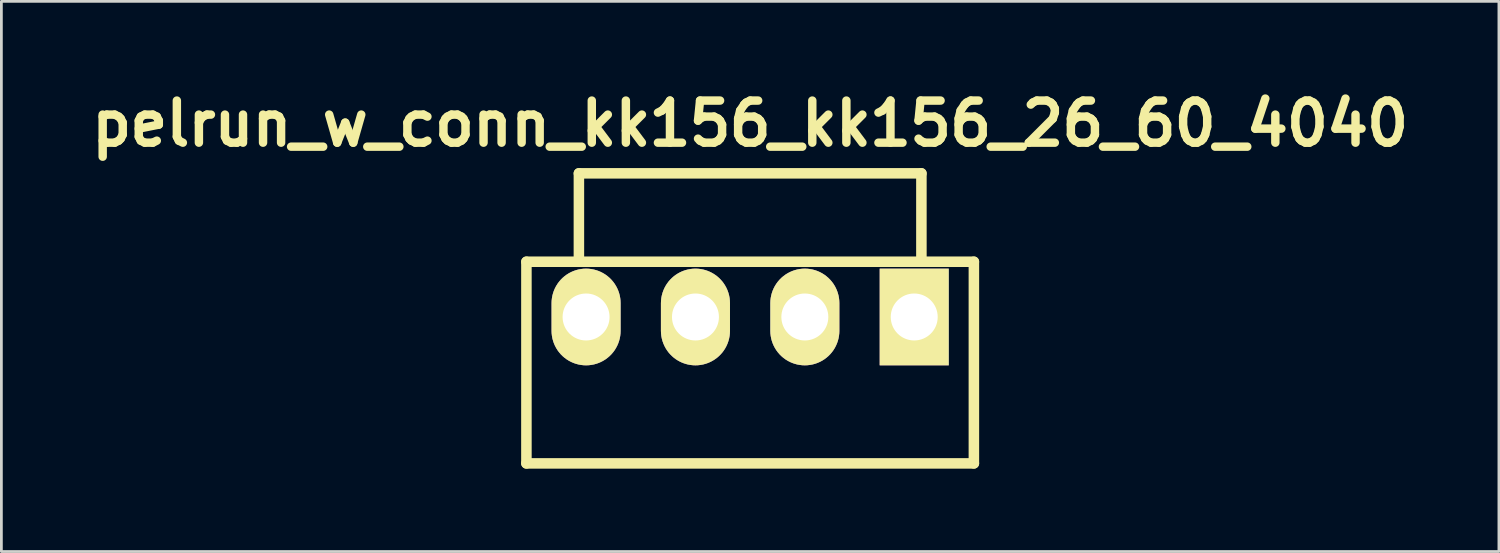
<source format=kicad_pcb>
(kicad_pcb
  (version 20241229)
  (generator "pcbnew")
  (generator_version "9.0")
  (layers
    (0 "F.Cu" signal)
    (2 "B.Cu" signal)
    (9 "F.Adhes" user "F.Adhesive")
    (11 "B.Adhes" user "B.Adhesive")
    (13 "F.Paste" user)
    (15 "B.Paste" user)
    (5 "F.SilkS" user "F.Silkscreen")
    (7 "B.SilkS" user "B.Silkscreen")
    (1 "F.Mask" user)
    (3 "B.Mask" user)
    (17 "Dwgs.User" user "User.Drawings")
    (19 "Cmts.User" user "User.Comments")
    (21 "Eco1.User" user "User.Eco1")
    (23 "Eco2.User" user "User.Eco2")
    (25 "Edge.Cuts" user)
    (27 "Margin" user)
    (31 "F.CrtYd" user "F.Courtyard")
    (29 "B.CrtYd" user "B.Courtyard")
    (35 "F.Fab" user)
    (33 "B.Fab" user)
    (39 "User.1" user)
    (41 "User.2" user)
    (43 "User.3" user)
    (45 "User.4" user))
  (footprint "pelrun_w_conn_kk156_kk156_26_60_4040"
    (layer "F.Cu")
    (at 24.108 8.426)
    (property "Reference" "pelrun_w_conn_kk156_kk156_26_60_4040" (at 0 -7 0) (layer "F.SilkS") (effects (font (size 1.524 1.524) (thickness 0.305))))
    (attr through_hole)
    (fp_line (start -8.1 -2) (end 8.1 -2) (stroke (width 0.381) (type solid)) (layer "F.SilkS"))
    (fp_line (start -8.1 5.3) (end -8.1 -2) (stroke (width 0.381) (type solid)) (layer "F.SilkS"))
    (fp_line (start -8.1 5.3) (end 8.1 5.3) (stroke (width 0.381) (type solid)) (layer "F.SilkS"))
    (fp_line (start -6.2 -5.2) (end 6.2 -5.2) (stroke (width 0.381) (type solid)) (layer "F.SilkS"))
    (fp_line (start -6.2 -2) (end -6.2 -5.2) (stroke (width 0.381) (type solid)) (layer "F.SilkS"))
    (fp_line (start 6.2 -5.2) (end 6.2 -2) (stroke (width 0.381) (type solid)) (layer "F.SilkS"))
    (fp_line (start 8.1 -2) (end 8.1 5.3) (stroke (width 0.381) (type solid)) (layer "F.SilkS"))
    (pad "1" thru_hole rect (at 5.94 0) (size 2.5 3.5) (drill 1.7) (layers "*.Cu" "*.Mask" "F.SilkS"))
    (pad "2" thru_hole oval (at 1.98 0) (size 2.5 3.5) (drill 1.7) (layers "*.Cu" "*.Mask" "F.SilkS"))
    (pad "3" thru_hole oval (at -1.98 0) (size 2.5 3.5) (drill 1.7) (layers "*.Cu" "*.Mask" "F.SilkS"))
    (pad "4" thru_hole oval (at -5.94 0) (size 2.5 3.5) (drill 1.7) (layers "*.Cu" "*.Mask" "F.SilkS")))
  (gr_rect
    (start -3 -3)
    (end 51.216 16.917)
    (stroke (width 0.1) (type default))
    (fill no)
    (layer "Edge.Cuts")))
</source>
